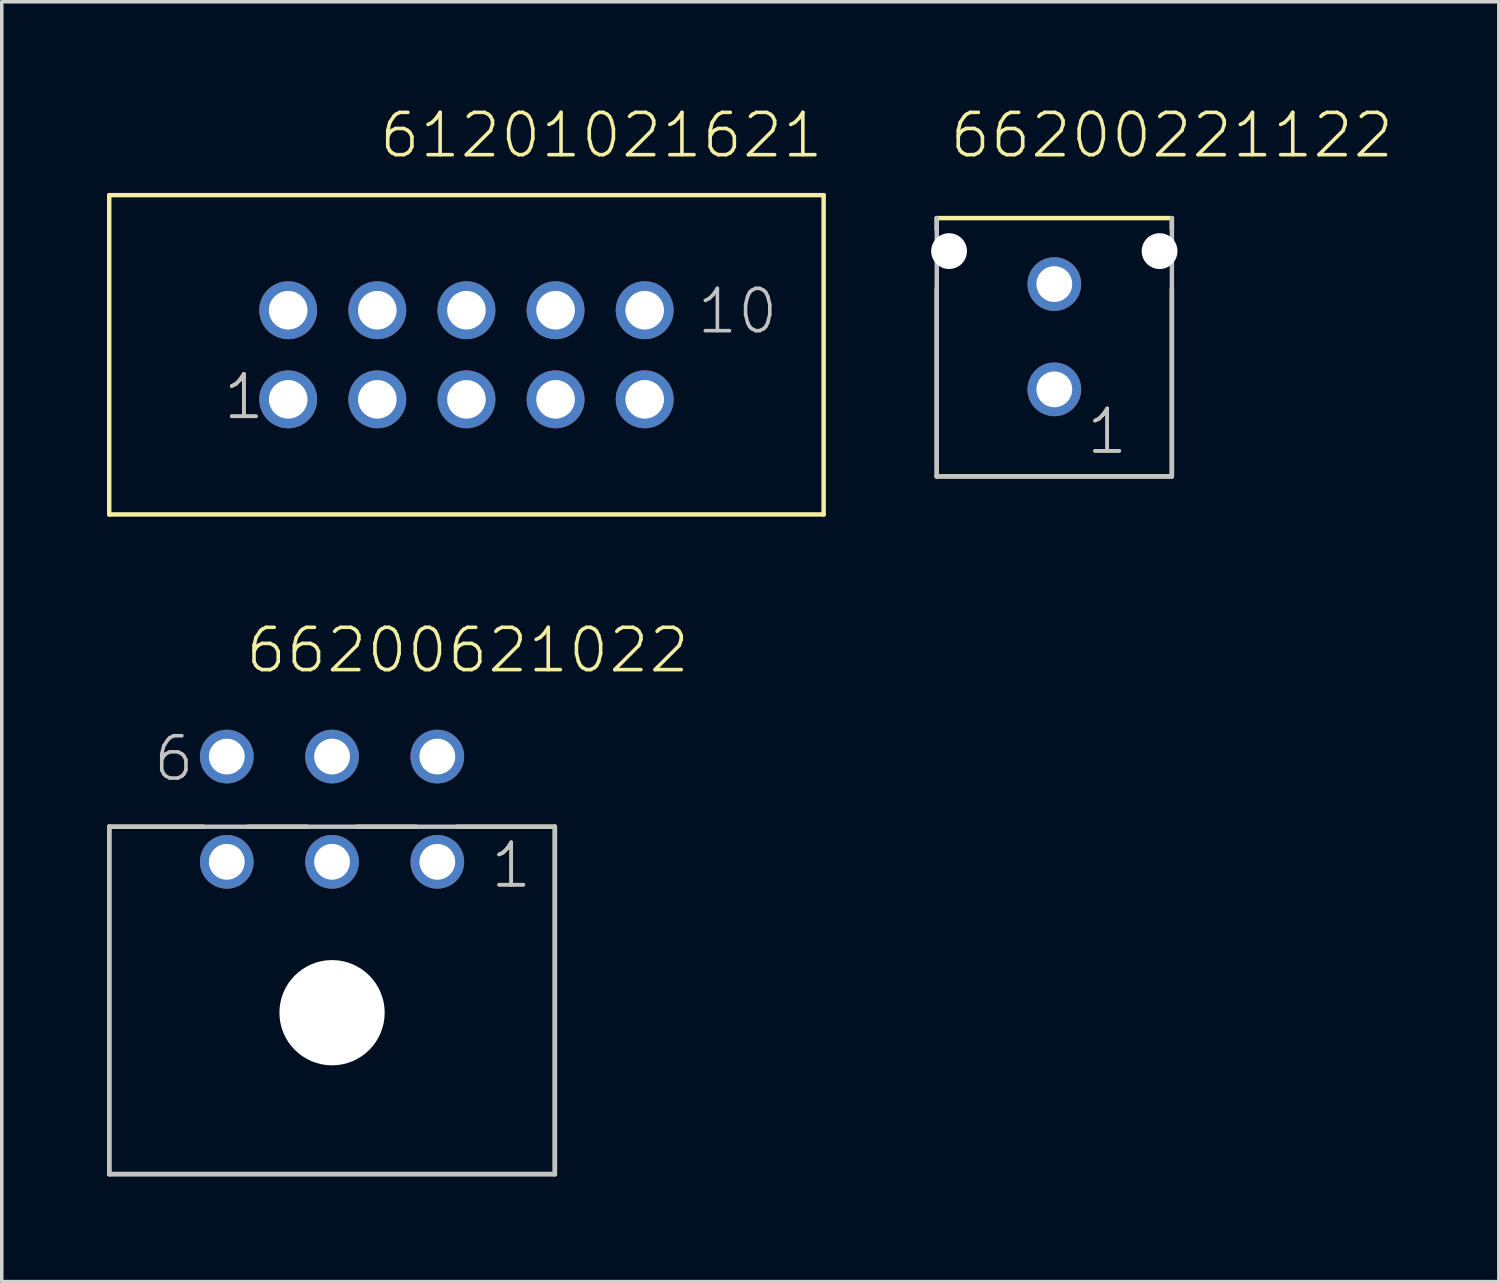
<source format=kicad_pcb>
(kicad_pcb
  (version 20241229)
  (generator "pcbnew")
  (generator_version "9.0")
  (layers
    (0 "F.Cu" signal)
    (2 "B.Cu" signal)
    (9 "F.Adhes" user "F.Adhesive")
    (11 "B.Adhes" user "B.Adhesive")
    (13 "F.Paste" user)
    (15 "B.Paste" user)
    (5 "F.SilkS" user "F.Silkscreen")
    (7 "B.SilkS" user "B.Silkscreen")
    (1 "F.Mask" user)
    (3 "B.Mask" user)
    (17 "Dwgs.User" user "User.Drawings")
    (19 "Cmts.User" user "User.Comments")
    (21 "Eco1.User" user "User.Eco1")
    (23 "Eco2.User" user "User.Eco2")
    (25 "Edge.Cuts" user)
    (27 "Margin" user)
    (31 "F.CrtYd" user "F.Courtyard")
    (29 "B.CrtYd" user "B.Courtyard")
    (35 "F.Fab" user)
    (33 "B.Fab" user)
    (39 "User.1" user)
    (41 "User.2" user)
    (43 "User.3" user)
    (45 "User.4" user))
  (footprint "66200221122"
    (layer "F.Cu")
    (at 26.997 6.546)
    (property "Reference" "66200221122" (at -3.035 -5.035 0) (layer "F.SilkS") (effects (font (size 1.206 1.206) (thickness 0.102)) (justify left bottom)))
    (attr through_hole)
    (fp_line (start -3.35 -3.05) (end -3.35 -3.38) (stroke (width 0.127) (type solid)) (layer "F.SilkS"))
    (fp_line (start -3.35 -1.37) (end -3.35 3.98) (stroke (width 0.127) (type solid)) (layer "F.SilkS"))
    (fp_line (start -3.35 3.98) (end 3.35 3.98) (stroke (width 0.127) (type solid)) (layer "F.SilkS"))
    (fp_line (start 3.35 -3.38) (end -3.35 -3.38) (stroke (width 0.127) (type solid)) (layer "F.SilkS"))
    (fp_line (start 3.35 -3.05) (end 3.35 -3.38) (stroke (width 0.127) (type solid)) (layer "F.SilkS"))
    (fp_line (start 3.35 -1.36) (end 3.35 3.94) (stroke (width 0.127) (type solid)) (layer "F.SilkS"))
    (fp_line (start -3.35 -3.38) (end -3.35 3.98) (stroke (width 0.127) (type solid)) (layer "Dwgs.User"))
    (fp_line (start -3.35 3.98) (end 3.35 3.98) (stroke (width 0.127) (type solid)) (layer "Dwgs.User"))
    (fp_line (start 3.35 3.98) (end 3.35 -3.38) (stroke (width 0.127) (type solid)) (layer "Dwgs.User"))
    (fp_text user "1" (at 0.865 3.405 0) (layer "F.SilkS") (effects (font (size 1.206 1.206) (thickness 0.102)) (justify left bottom)))
    (fp_text user "1" (at 0.865 3.405 0) (layer "Dwgs.User") (effects (font (size 1.206 1.206) (thickness 0.102)) (justify left bottom)))
    (pad "" np_thru_hole circle (at -3 -2.44) (size 1.02 1.02) (drill 1.02) (layers "*.Cu"))
    (pad "" np_thru_hole circle (at 3 -2.44) (size 1.02 1.02) (drill 1.02) (layers "*.Cu"))
    (pad "1" thru_hole circle (at 0 1.5) (size 1.53 1.53) (drill 1.02) (layers "*.Cu" "*.Mask"))
    (pad "2" thru_hole circle (at 0 -1.5) (size 1.53 1.53) (drill 1.02) (layers "*.Cu" "*.Mask")))
  (footprint "66200621022"
    (layer "F.Cu")
    (at 6.413 25.811)
    (property "Reference" "66200621022" (at -2.52 -9.625 0) (layer "F.SilkS") (effects (font (size 1.206 1.206) (thickness 0.102)) (justify left bottom)))
    (attr through_hole)
    (fp_line (start -6.35 4.6) (end -6.35 -5.3) (stroke (width 0.127) (type solid)) (layer "F.SilkS"))
    (fp_line (start -3.66 -5.3) (end -6.35 -5.3) (stroke (width 0.127) (type solid)) (layer "F.SilkS"))
    (fp_line (start -2.4 -5.3) (end -0.7 -5.3) (stroke (width 0.127) (type solid)) (layer "F.SilkS"))
    (fp_line (start 0.7 -5.3) (end 2.4 -5.3) (stroke (width 0.127) (type solid)) (layer "F.SilkS"))
    (fp_line (start 3.56 -5.3) (end 6.35 -5.3) (stroke (width 0.127) (type solid)) (layer "F.SilkS"))
    (fp_line (start 6.35 -5.3) (end 6.35 4.6) (stroke (width 0.127) (type solid)) (layer "F.SilkS"))
    (fp_line (start 6.35 4.6) (end -6.35 4.6) (stroke (width 0.127) (type solid)) (layer "F.SilkS"))
    (fp_line (start -6.35 -5.3) (end 6.35 -5.3) (stroke (width 0.127) (type solid)) (layer "Dwgs.User"))
    (fp_line (start -6.35 4.6) (end -6.35 -5.3) (stroke (width 0.127) (type solid)) (layer "Dwgs.User"))
    (fp_line (start 6.35 -5.3) (end 6.35 4.6) (stroke (width 0.127) (type solid)) (layer "Dwgs.User"))
    (fp_line (start 6.35 4.6) (end -6.35 4.6) (stroke (width 0.127) (type solid)) (layer "Dwgs.User"))
    (fp_text user "1" (at 4.465 -3.495 0) (layer "F.SilkS") (effects (font (size 1.206 1.206) (thickness 0.102)) (justify left bottom)))
    (fp_text user "1" (at 4.465 -3.495 0) (layer "Dwgs.User") (effects (font (size 1.206 1.206) (thickness 0.102)) (justify left bottom)))
    (fp_text user "6" (at -5.15 -6.535 0) (layer "Dwgs.User") (effects (font (size 1.206 1.206) (thickness 0.102)) (justify left bottom)))
    (pad "" np_thru_hole circle (at 0 0) (size 3 3) (drill 3) (layers "*.Cu"))
    (pad "1" thru_hole circle (at 3 -4.3) (size 1.53 1.53) (drill 1.02) (layers "*.Cu" "*.Mask"))
    (pad "2" thru_hole circle (at 0 -4.3) (size 1.53 1.53) (drill 1.02) (layers "*.Cu" "*.Mask"))
    (pad "3" thru_hole circle (at -3 -4.3) (size 1.53 1.53) (drill 1.02) (layers "*.Cu" "*.Mask"))
    (pad "4" thru_hole circle (at 3 -7.3) (size 1.53 1.53) (drill 1.02) (layers "*.Cu" "*.Mask"))
    (pad "5" thru_hole circle (at 0 -7.3) (size 1.53 1.53) (drill 1.02) (layers "*.Cu" "*.Mask"))
    (pad "6" thru_hole circle (at -3 -7.3) (size 1.53 1.53) (drill 1.02) (layers "*.Cu" "*.Mask")))
  (footprint "61201021621"
    (layer "F.Cu")
    (at 10.243 7.061)
    (property "Reference" "61201021621" (at -2.54 -5.55 0) (layer "F.SilkS") (effects (font (size 1.206 1.206) (thickness 0.102)) (justify left bottom)))
    (attr through_hole)
    (fp_line (start -10.18 -4.55) (end 10.18 -4.55) (stroke (width 0.127) (type solid)) (layer "F.SilkS"))
    (fp_line (start -10.18 4.55) (end -10.18 -4.55) (stroke (width 0.127) (type solid)) (layer "F.SilkS"))
    (fp_line (start 10.18 -4.55) (end 10.18 4.55) (stroke (width 0.127) (type solid)) (layer "F.SilkS"))
    (fp_line (start 10.18 4.55) (end -10.18 4.55) (stroke (width 0.127) (type solid)) (layer "F.SilkS"))
    (fp_text user "1" (at -6.985 1.905 0) (layer "F.SilkS") (effects (font (size 1.206 1.206) (thickness 0.102)) (justify left bottom)))
    (fp_text user "1" (at -6.985 1.905 0) (layer "Dwgs.User") (effects (font (size 1.206 1.206) (thickness 0.102)) (justify left bottom)))
    (fp_text user "10" (at 6.51 -0.535 0) (layer "Dwgs.User") (effects (font (size 1.206 1.206) (thickness 0.102)) (justify left bottom)))
    (pad "1" thru_hole circle (at -5.08 1.27) (size 1.65 1.65) (drill 1.1) (layers "*.Cu" "*.Mask"))
    (pad "2" thru_hole circle (at -5.08 -1.27) (size 1.65 1.65) (drill 1.1) (layers "*.Cu" "*.Mask"))
    (pad "3" thru_hole circle (at -2.54 1.27) (size 1.65 1.65) (drill 1.1) (layers "*.Cu" "*.Mask"))
    (pad "4" thru_hole circle (at -2.54 -1.27) (size 1.65 1.65) (drill 1.1) (layers "*.Cu" "*.Mask"))
    (pad "5" thru_hole circle (at 0 1.27) (size 1.65 1.65) (drill 1.1) (layers "*.Cu" "*.Mask"))
    (pad "6" thru_hole circle (at 0 -1.27) (size 1.65 1.65) (drill 1.1) (layers "*.Cu" "*.Mask"))
    (pad "7" thru_hole circle (at 2.54 1.27) (size 1.65 1.65) (drill 1.1) (layers "*.Cu" "*.Mask"))
    (pad "8" thru_hole circle (at 2.54 -1.27) (size 1.65 1.65) (drill 1.1) (layers "*.Cu" "*.Mask"))
    (pad "9" thru_hole circle (at 5.08 1.27) (size 1.65 1.65) (drill 1.1) (layers "*.Cu" "*.Mask"))
    (pad "10" thru_hole circle (at 5.08 -1.27) (size 1.65 1.65) (drill 1.1) (layers "*.Cu" "*.Mask")))
  (gr_rect
    (start -3 -3)
    (end 39.665 33.475)
    (stroke (width 0.1) (type default))
    (fill no)
    (layer "Edge.Cuts")))
</source>
